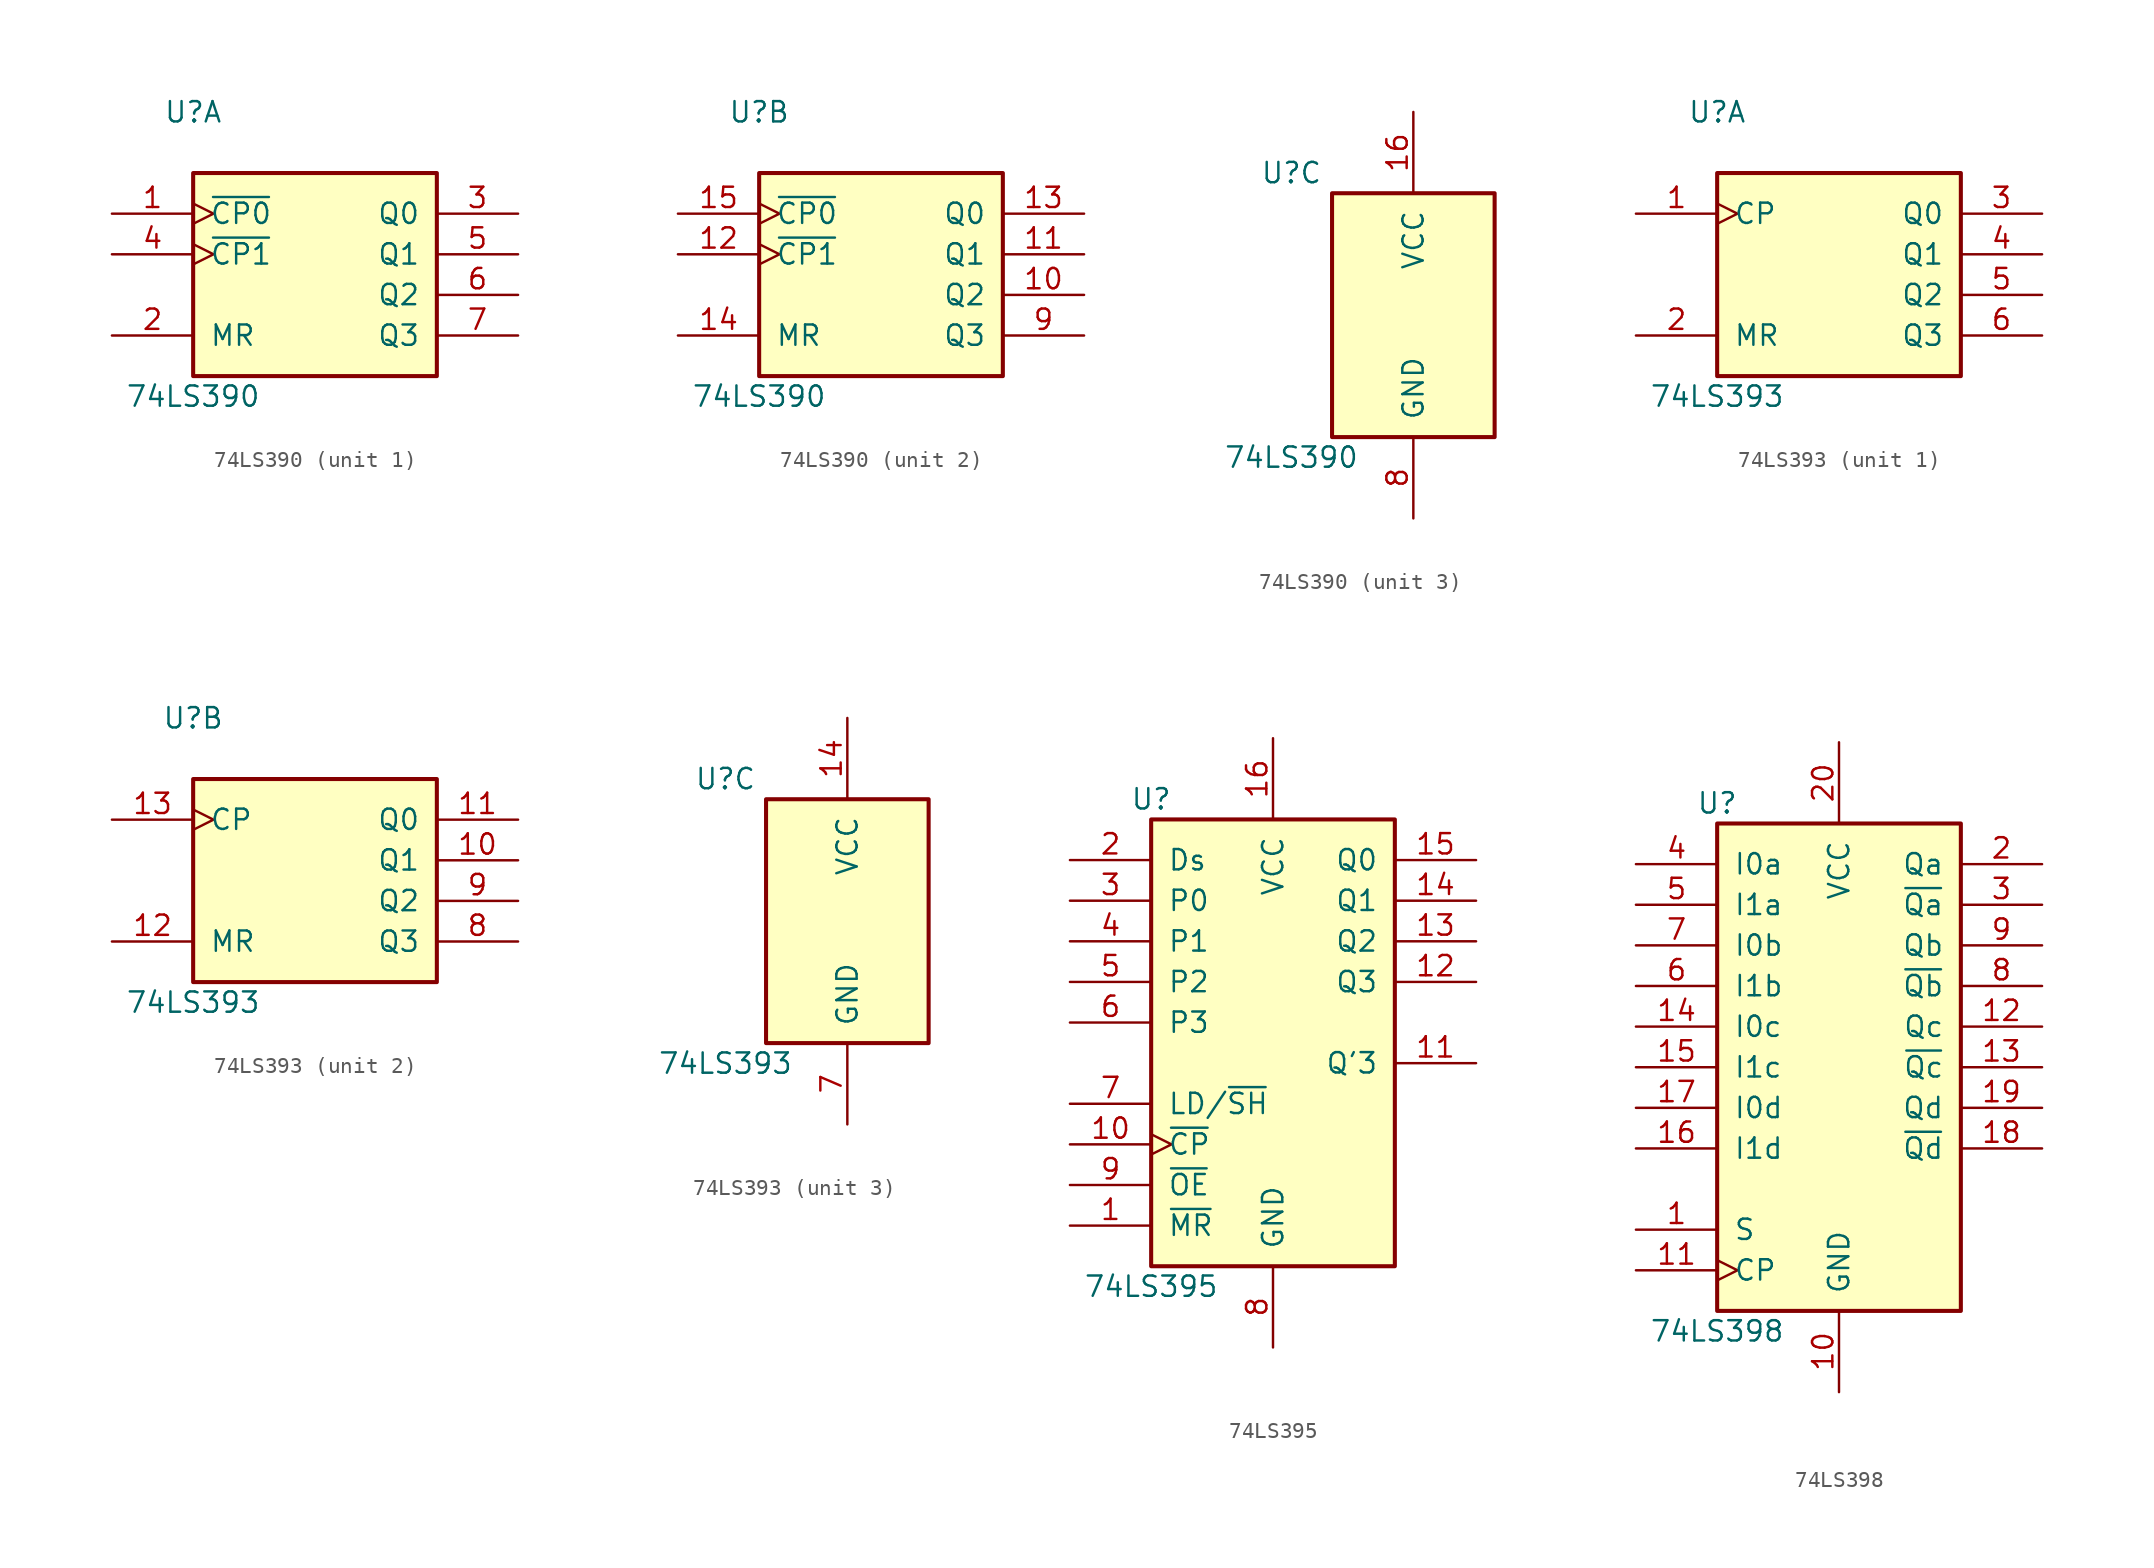
<source format=kicad_sym>
(kicad_symbol_lib
  (version 20241209)
  (generator "kicad_symbol_editor")
  (generator_version "9.0")
  (symbol "74LS390"
    (pin_names
      (offset 1.016))
    (property "Reference" "U"
      (at -7.62 8.89 0)
      (effects (font (size 1.27 1.27))))
    (property "Value" "74LS390"
      (at -7.62 -8.89 0)
      (effects (font (size 1.27 1.27))))
    (property "ki_locked" ""
      (at 0 0 0)
      (effects (font (size 1.27 1.27))))
    (symbol "74LS390_1_0"
      (pin input clock (at -12.7 2.54 0) (length 5.08) (name "~{CP0}" (effects (font (size 1.27 1.27)))) (number "1" (effects (font (size 1.27 1.27)))))
      (pin input clock (at -12.7 0 0) (length 5.08) (name "~{CP1}" (effects (font (size 1.27 1.27)))) (number "4" (effects (font (size 1.27 1.27)))))
      (pin input line (at -12.7 -5.08 0) (length 5.08) (name "MR" (effects (font (size 1.27 1.27)))) (number "2" (effects (font (size 1.27 1.27)))))
      (pin output line (at 12.7 2.54 180) (length 5.08) (name "Q0" (effects (font (size 1.27 1.27)))) (number "3" (effects (font (size 1.27 1.27)))))
      (pin output line (at 12.7 0 180) (length 5.08) (name "Q1" (effects (font (size 1.27 1.27)))) (number "5" (effects (font (size 1.27 1.27)))))
      (pin output line (at 12.7 -2.54 180) (length 5.08) (name "Q2" (effects (font (size 1.27 1.27)))) (number "6" (effects (font (size 1.27 1.27)))))
      (pin output line (at 12.7 -5.08 180) (length 5.08) (name "Q3" (effects (font (size 1.27 1.27)))) (number "7" (effects (font (size 1.27 1.27))))))
    (symbol "74LS390_1_1"
      (rectangle (start -7.62 5.08) (end 7.62 -7.62) (stroke (width 0.254) (type solid)) (fill (type background))))
    (symbol "74LS390_2_0"
      (pin input clock (at -12.7 2.54 0) (length 5.08) (name "~{CP0}" (effects (font (size 1.27 1.27)))) (number "15" (effects (font (size 1.27 1.27)))))
      (pin input clock (at -12.7 0 0) (length 5.08) (name "~{CP1}" (effects (font (size 1.27 1.27)))) (number "12" (effects (font (size 1.27 1.27)))))
      (pin input line (at -12.7 -5.08 0) (length 5.08) (name "MR" (effects (font (size 1.27 1.27)))) (number "14" (effects (font (size 1.27 1.27)))))
      (pin output line (at 12.7 2.54 180) (length 5.08) (name "Q0" (effects (font (size 1.27 1.27)))) (number "13" (effects (font (size 1.27 1.27)))))
      (pin output line (at 12.7 0 180) (length 5.08) (name "Q1" (effects (font (size 1.27 1.27)))) (number "11" (effects (font (size 1.27 1.27)))))
      (pin output line (at 12.7 -2.54 180) (length 5.08) (name "Q2" (effects (font (size 1.27 1.27)))) (number "10" (effects (font (size 1.27 1.27)))))
      (pin output line (at 12.7 -5.08 180) (length 5.08) (name "Q3" (effects (font (size 1.27 1.27)))) (number "9" (effects (font (size 1.27 1.27))))))
    (symbol "74LS390_2_1"
      (rectangle (start -7.62 5.08) (end 7.62 -7.62) (stroke (width 0.254) (type solid)) (fill (type background))))
    (symbol "74LS390_3_0"
      (pin power_in line (at 0 12.7 270) (length 5.08) (name "VCC" (effects (font (size 1.27 1.27)))) (number "16" (effects (font (size 1.27 1.27)))))
      (pin power_in line (at 0 -12.7 90) (length 5.08) (name "GND" (effects (font (size 1.27 1.27)))) (number "8" (effects (font (size 1.27 1.27))))))
    (symbol "74LS390_3_1"
      (rectangle (start -5.08 7.62) (end 5.08 -7.62) (stroke (width 0.254) (type solid)) (fill (type background)))))
  (symbol "74LS393"
    (pin_names
      (offset 1.016))
    (property "Reference" "U"
      (at -7.62 8.89 0)
      (effects (font (size 1.27 1.27))))
    (property "Value" "74LS393"
      (at -7.62 -8.89 0)
      (effects (font (size 1.27 1.27))))
    (property "ki_locked" ""
      (at 0 0 0)
      (effects (font (size 1.27 1.27))))
    (symbol "74LS393_1_0"
      (pin input clock (at -12.7 2.54 0) (length 5.08) (name "CP" (effects (font (size 1.27 1.27)))) (number "1" (effects (font (size 1.27 1.27)))))
      (pin input line (at -12.7 -5.08 0) (length 5.08) (name "MR" (effects (font (size 1.27 1.27)))) (number "2" (effects (font (size 1.27 1.27)))))
      (pin output line (at 12.7 2.54 180) (length 5.08) (name "Q0" (effects (font (size 1.27 1.27)))) (number "3" (effects (font (size 1.27 1.27)))))
      (pin output line (at 12.7 0 180) (length 5.08) (name "Q1" (effects (font (size 1.27 1.27)))) (number "4" (effects (font (size 1.27 1.27)))))
      (pin output line (at 12.7 -2.54 180) (length 5.08) (name "Q2" (effects (font (size 1.27 1.27)))) (number "5" (effects (font (size 1.27 1.27)))))
      (pin output line (at 12.7 -5.08 180) (length 5.08) (name "Q3" (effects (font (size 1.27 1.27)))) (number "6" (effects (font (size 1.27 1.27))))))
    (symbol "74LS393_1_1"
      (rectangle (start -7.62 5.08) (end 7.62 -7.62) (stroke (width 0.254) (type solid)) (fill (type background))))
    (symbol "74LS393_2_0"
      (pin input clock (at -12.7 2.54 0) (length 5.08) (name "CP" (effects (font (size 1.27 1.27)))) (number "13" (effects (font (size 1.27 1.27)))))
      (pin input line (at -12.7 -5.08 0) (length 5.08) (name "MR" (effects (font (size 1.27 1.27)))) (number "12" (effects (font (size 1.27 1.27)))))
      (pin output line (at 12.7 2.54 180) (length 5.08) (name "Q0" (effects (font (size 1.27 1.27)))) (number "11" (effects (font (size 1.27 1.27)))))
      (pin output line (at 12.7 0 180) (length 5.08) (name "Q1" (effects (font (size 1.27 1.27)))) (number "10" (effects (font (size 1.27 1.27)))))
      (pin output line (at 12.7 -2.54 180) (length 5.08) (name "Q2" (effects (font (size 1.27 1.27)))) (number "9" (effects (font (size 1.27 1.27)))))
      (pin output line (at 12.7 -5.08 180) (length 5.08) (name "Q3" (effects (font (size 1.27 1.27)))) (number "8" (effects (font (size 1.27 1.27))))))
    (symbol "74LS393_2_1"
      (rectangle (start -7.62 5.08) (end 7.62 -7.62) (stroke (width 0.254) (type solid)) (fill (type background))))
    (symbol "74LS393_3_0"
      (pin power_in line (at 0 12.7 270) (length 5.08) (name "VCC" (effects (font (size 1.27 1.27)))) (number "14" (effects (font (size 1.27 1.27)))))
      (pin power_in line (at 0 -12.7 90) (length 5.08) (name "GND" (effects (font (size 1.27 1.27)))) (number "7" (effects (font (size 1.27 1.27))))))
    (symbol "74LS393_3_1"
      (rectangle (start -5.08 7.62) (end 5.08 -7.62) (stroke (width 0.254) (type solid)) (fill (type background)))))
  (symbol "74LS395"
    (pin_names
      (offset 1.016))
    (property "Reference" "U"
      (at -7.62 13.97 0)
      (effects (font (size 1.27 1.27))))
    (property "Value" "74LS395"
      (at -7.62 -16.51 0)
      (effects (font (size 1.27 1.27))))
    (property "ki_locked" ""
      (at 0 0 0)
      (effects (font (size 1.27 1.27))))
    (symbol "74LS395_1_0"
      (pin input line (at -12.7 10.16 0) (length 5.08) (name "Ds" (effects (font (size 1.27 1.27)))) (number "2" (effects (font (size 1.27 1.27)))))
      (pin input line (at -12.7 7.62 0) (length 5.08) (name "P0" (effects (font (size 1.27 1.27)))) (number "3" (effects (font (size 1.27 1.27)))))
      (pin input line (at -12.7 5.08 0) (length 5.08) (name "P1" (effects (font (size 1.27 1.27)))) (number "4" (effects (font (size 1.27 1.27)))))
      (pin input line (at -12.7 2.54 0) (length 5.08) (name "P2" (effects (font (size 1.27 1.27)))) (number "5" (effects (font (size 1.27 1.27)))))
      (pin input line (at -12.7 0 0) (length 5.08) (name "P3" (effects (font (size 1.27 1.27)))) (number "6" (effects (font (size 1.27 1.27)))))
      (pin input line (at -12.7 -5.08 0) (length 5.08) (name "LD/~{SH}" (effects (font (size 1.27 1.27)))) (number "7" (effects (font (size 1.27 1.27)))))
      (pin input clock (at -12.7 -7.62 0) (length 5.08) (name "~{CP}" (effects (font (size 1.27 1.27)))) (number "10" (effects (font (size 1.27 1.27)))))
      (pin input line (at -12.7 -10.16 0) (length 5.08) (name "~{OE}" (effects (font (size 1.27 1.27)))) (number "9" (effects (font (size 1.27 1.27)))))
      (pin input line (at -12.7 -12.7 0) (length 5.08) (name "~{MR}" (effects (font (size 1.27 1.27)))) (number "1" (effects (font (size 1.27 1.27)))))
      (pin power_in line (at 0 17.78 270) (length 5.08) (name "VCC" (effects (font (size 1.27 1.27)))) (number "16" (effects (font (size 1.27 1.27)))))
      (pin power_in line (at 0 -20.32 90) (length 5.08) (name "GND" (effects (font (size 1.27 1.27)))) (number "8" (effects (font (size 1.27 1.27)))))
      (pin tri_state line (at 12.7 10.16 180) (length 5.08) (name "Q0" (effects (font (size 1.27 1.27)))) (number "15" (effects (font (size 1.27 1.27)))))
      (pin tri_state line (at 12.7 7.62 180) (length 5.08) (name "Q1" (effects (font (size 1.27 1.27)))) (number "14" (effects (font (size 1.27 1.27)))))
      (pin tri_state line (at 12.7 5.08 180) (length 5.08) (name "Q2" (effects (font (size 1.27 1.27)))) (number "13" (effects (font (size 1.27 1.27)))))
      (pin tri_state line (at 12.7 2.54 180) (length 5.08) (name "Q3" (effects (font (size 1.27 1.27)))) (number "12" (effects (font (size 1.27 1.27)))))
      (pin output line (at 12.7 -2.54 180) (length 5.08) (name "Q'3" (effects (font (size 1.27 1.27)))) (number "11" (effects (font (size 1.27 1.27))))))
    (symbol "74LS395_1_1"
      (rectangle (start -7.62 12.7) (end 7.62 -15.24) (stroke (width 0.254) (type solid)) (fill (type background)))))
  (symbol "74LS398"
    (pin_names
      (offset 1.016))
    (property "Reference" "U"
      (at -7.62 16.51 0)
      (effects (font (size 1.27 1.27))))
    (property "Value" "74LS398"
      (at -7.62 -16.51 0)
      (effects (font (size 1.27 1.27))))
    (property "ki_locked" ""
      (at 0 0 0)
      (effects (font (size 1.27 1.27))))
    (symbol "74LS398_1_0"
      (pin input line (at -12.7 12.7 0) (length 5.08) (name "I0a" (effects (font (size 1.27 1.27)))) (number "4" (effects (font (size 1.27 1.27)))))
      (pin input line (at -12.7 10.16 0) (length 5.08) (name "I1a" (effects (font (size 1.27 1.27)))) (number "5" (effects (font (size 1.27 1.27)))))
      (pin input line (at -12.7 7.62 0) (length 5.08) (name "I0b" (effects (font (size 1.27 1.27)))) (number "7" (effects (font (size 1.27 1.27)))))
      (pin input line (at -12.7 5.08 0) (length 5.08) (name "I1b" (effects (font (size 1.27 1.27)))) (number "6" (effects (font (size 1.27 1.27)))))
      (pin input line (at -12.7 2.54 0) (length 5.08) (name "I0c" (effects (font (size 1.27 1.27)))) (number "14" (effects (font (size 1.27 1.27)))))
      (pin input line (at -12.7 0 0) (length 5.08) (name "I1c" (effects (font (size 1.27 1.27)))) (number "15" (effects (font (size 1.27 1.27)))))
      (pin input line (at -12.7 -2.54 0) (length 5.08) (name "I0d" (effects (font (size 1.27 1.27)))) (number "17" (effects (font (size 1.27 1.27)))))
      (pin input line (at -12.7 -5.08 0) (length 5.08) (name "I1d" (effects (font (size 1.27 1.27)))) (number "16" (effects (font (size 1.27 1.27)))))
      (pin input line (at -12.7 -10.16 0) (length 5.08) (name "S" (effects (font (size 1.27 1.27)))) (number "1" (effects (font (size 1.27 1.27)))))
      (pin input clock (at -12.7 -12.7 0) (length 5.08) (name "CP" (effects (font (size 1.27 1.27)))) (number "11" (effects (font (size 1.27 1.27)))))
      (pin power_in line (at 0 20.32 270) (length 5.08) (name "VCC" (effects (font (size 1.27 1.27)))) (number "20" (effects (font (size 1.27 1.27)))))
      (pin power_in line (at 0 -20.32 90) (length 5.08) (name "GND" (effects (font (size 1.27 1.27)))) (number "10" (effects (font (size 1.27 1.27)))))
      (pin output line (at 12.7 12.7 180) (length 5.08) (name "Qa" (effects (font (size 1.27 1.27)))) (number "2" (effects (font (size 1.27 1.27)))))
      (pin output line (at 12.7 10.16 180) (length 5.08) (name "~{Qa}" (effects (font (size 1.27 1.27)))) (number "3" (effects (font (size 1.27 1.27)))))
      (pin output line (at 12.7 7.62 180) (length 5.08) (name "Qb" (effects (font (size 1.27 1.27)))) (number "9" (effects (font (size 1.27 1.27)))))
      (pin output line (at 12.7 5.08 180) (length 5.08) (name "~{Qb}" (effects (font (size 1.27 1.27)))) (number "8" (effects (font (size 1.27 1.27)))))
      (pin output line (at 12.7 2.54 180) (length 5.08) (name "Qc" (effects (font (size 1.27 1.27)))) (number "12" (effects (font (size 1.27 1.27)))))
      (pin output line (at 12.7 0 180) (length 5.08) (name "~{Qc}" (effects (font (size 1.27 1.27)))) (number "13" (effects (font (size 1.27 1.27)))))
      (pin output line (at 12.7 -2.54 180) (length 5.08) (name "Qd" (effects (font (size 1.27 1.27)))) (number "19" (effects (font (size 1.27 1.27)))))
      (pin output line (at 12.7 -5.08 180) (length 5.08) (name "~{Qd}" (effects (font (size 1.27 1.27)))) (number "18" (effects (font (size 1.27 1.27))))))
    (symbol "74LS398_1_1"
      (rectangle (start -7.62 15.24) (end 7.62 -15.24) (stroke (width 0.254) (type solid)) (fill (type background))))))
</source>
